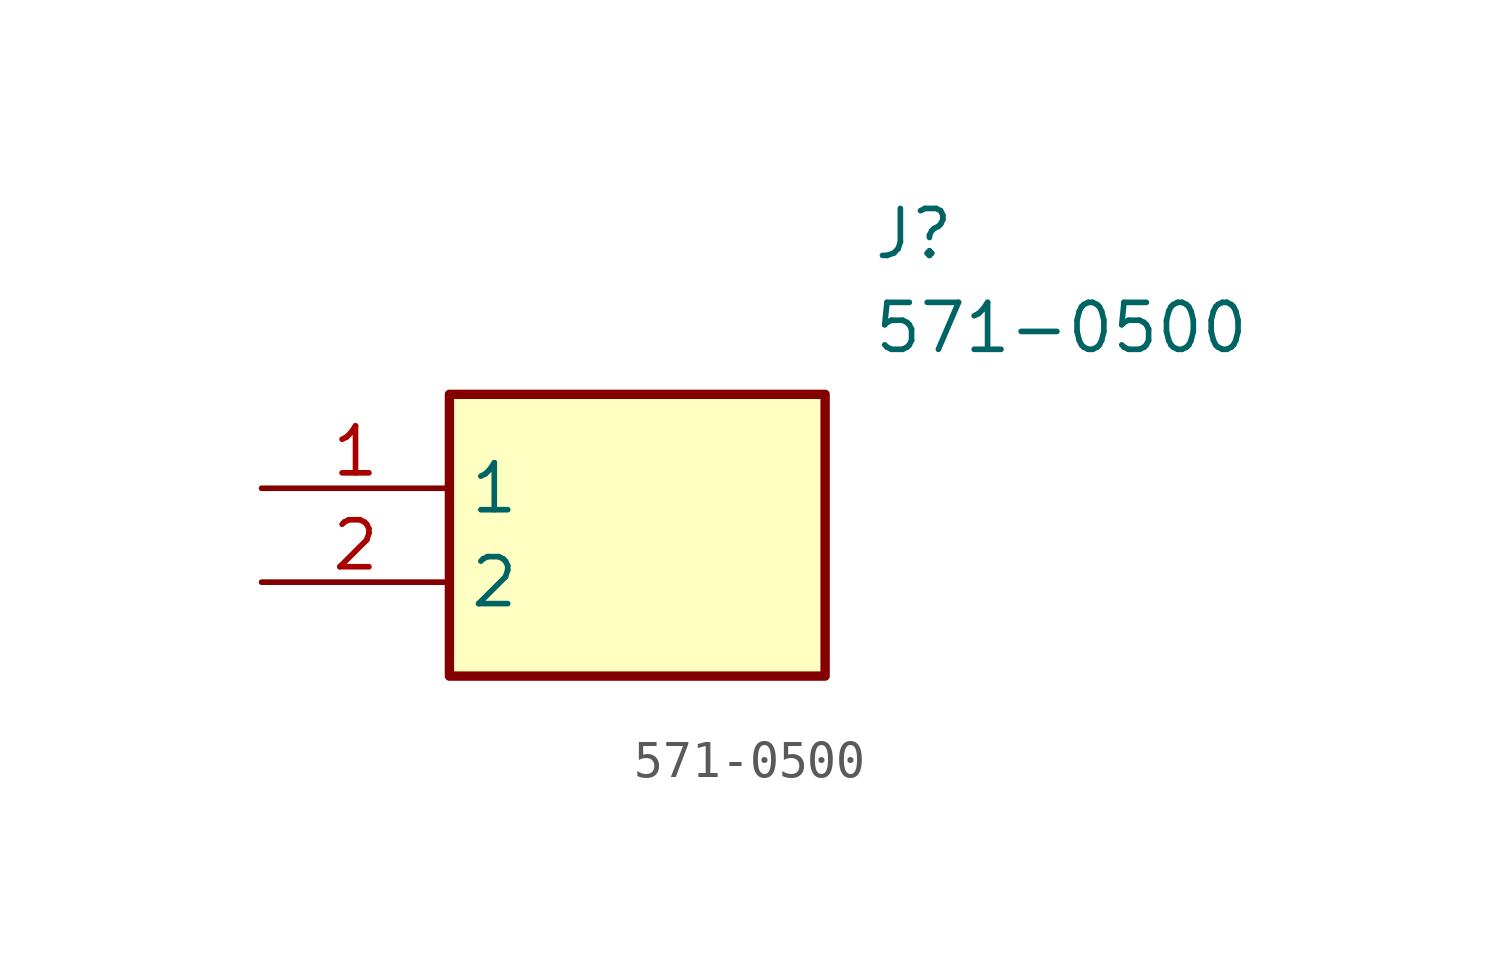
<source format=kicad_sym>
(kicad_symbol_lib
  (version 20220914)
  (generator kicad_symbol_editor)
  (symbol "571-0500"
    (property "Reference" "J"
      (at 16.51 7.62 0)
      (effects (font (size 1.27 1.27)) (justify left top)))
    (property "Value" "571-0500"
      (at 16.51 5.08 0)
      (effects (font (size 1.27 1.27)) (justify left top)))
    (symbol "571-0500_1_1"
      (rectangle (start 5.08 2.54) (end 15.24 -5.08) (stroke (width 0.254) (type default)) (fill (type background)))
      (pin passive line (at 0 0 0) (length 5.08) (name "1" (effects (font (size 1.27 1.27)))) (number "1" (effects (font (size 1.27 1.27)))))
      (pin passive line (at 0 -2.54 0) (length 5.08) (name "2" (effects (font (size 1.27 1.27)))) (number "2" (effects (font (size 1.27 1.27))))))))
</source>
